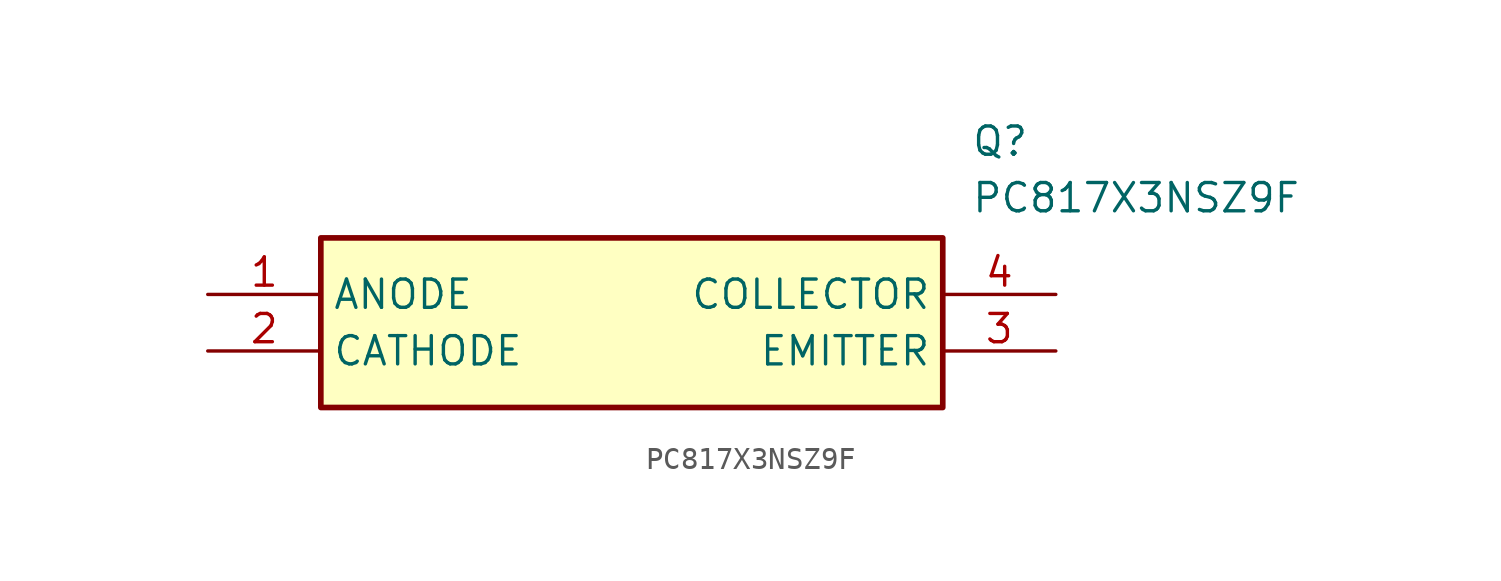
<source format=kicad_sym>
(kicad_symbol_lib
  (version 20211014)
  (generator SamacSys_ECAD_Model)
  (symbol "PC817X3NSZ9F"
    (property "Reference" "Q"
      (at 34.29 7.62 0)
      (effects (font (size 1.27 1.27)) (justify left top)))
    (property "Value" "PC817X3NSZ9F"
      (at 34.29 5.08 0)
      (effects (font (size 1.27 1.27)) (justify left top)))
    (rectangle
      (start 5.08 2.54)
      (end 33.02 -5.08)
      (stroke (width 0.254) (type default))
      (fill (type background)))
    (pin passive line
      (at 0 0 0)
      (length 5.08)
      (name "ANODE" (effects (font (size 1.27 1.27))))
      (number "1" (effects (font (size 1.27 1.27)))))
    (pin passive line
      (at 0 -2.54 0)
      (length 5.08)
      (name "CATHODE" (effects (font (size 1.27 1.27))))
      (number "2" (effects (font (size 1.27 1.27)))))
    (pin passive line
      (at 38.1 0 180)
      (length 5.08)
      (name "COLLECTOR" (effects (font (size 1.27 1.27))))
      (number "4" (effects (font (size 1.27 1.27)))))
    (pin passive line
      (at 38.1 -2.54 180)
      (length 5.08)
      (name "EMITTER" (effects (font (size 1.27 1.27))))
      (number "3" (effects (font (size 1.27 1.27)))))))
</source>
